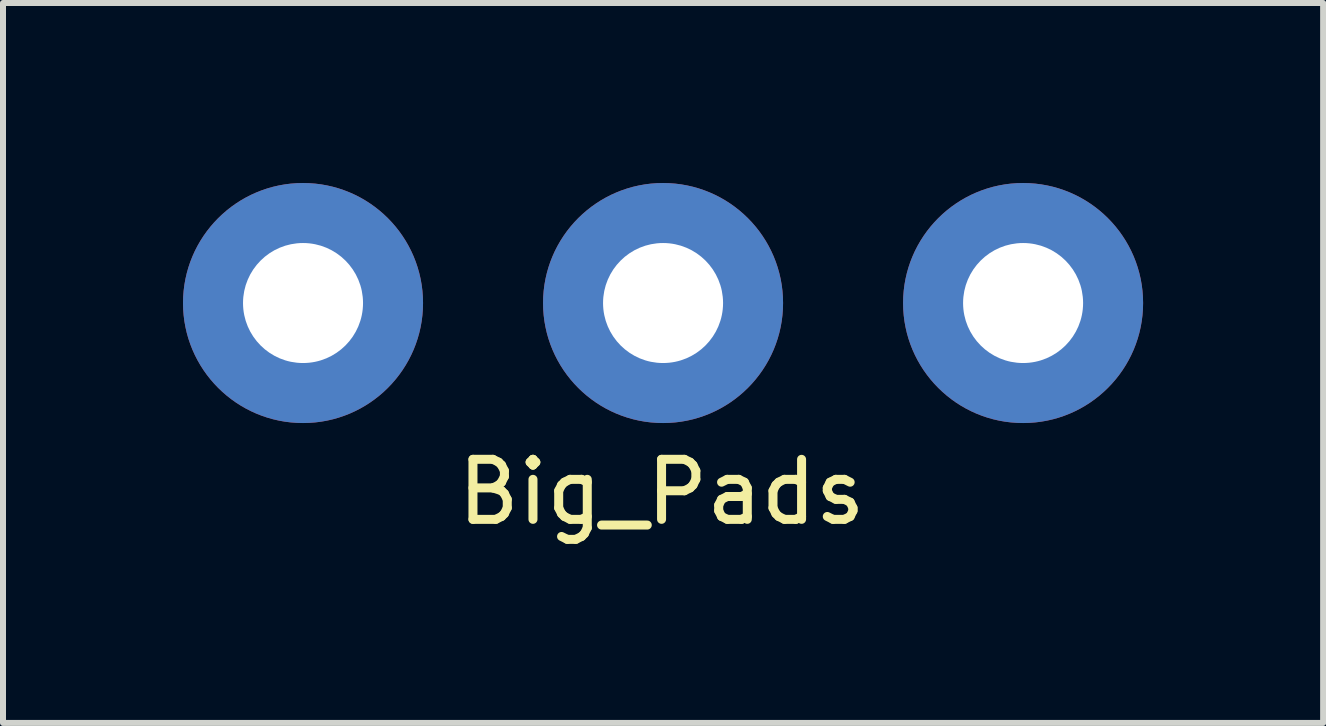
<source format=kicad_pcb>
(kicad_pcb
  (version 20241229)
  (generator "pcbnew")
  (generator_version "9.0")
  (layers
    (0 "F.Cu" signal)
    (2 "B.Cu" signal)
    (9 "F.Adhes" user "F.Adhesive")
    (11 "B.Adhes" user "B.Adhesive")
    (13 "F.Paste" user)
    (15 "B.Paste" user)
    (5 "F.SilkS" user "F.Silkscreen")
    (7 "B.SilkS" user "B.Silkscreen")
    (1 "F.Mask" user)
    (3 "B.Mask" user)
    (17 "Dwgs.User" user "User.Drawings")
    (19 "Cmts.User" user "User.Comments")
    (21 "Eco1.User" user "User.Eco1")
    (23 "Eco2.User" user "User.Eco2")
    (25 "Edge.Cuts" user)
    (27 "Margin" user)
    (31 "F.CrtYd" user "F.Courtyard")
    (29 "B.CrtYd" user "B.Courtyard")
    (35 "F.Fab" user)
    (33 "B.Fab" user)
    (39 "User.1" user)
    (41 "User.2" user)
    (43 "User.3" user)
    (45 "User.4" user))
  (footprint "Big_Pads"
    (layer "F.Cu")
    (at 8 2)
    (property "Reference" "Big_Pads" (at -0.025 3.15 0) (layer "F.SilkS") (effects (font (size 1 1) (thickness 0.15))))
    (attr through_hole)
    (pad "1" thru_hole circle (at -6 0) (size 4 4) (drill 2) (layers "*.Cu" "*.Mask"))
    (pad "2" thru_hole circle (at 0 0) (size 4 4) (drill 2) (layers "*.Cu" "*.Mask"))
    (pad "3" thru_hole circle (at 6 0) (size 4 4) (drill 2) (layers "*.Cu" "*.Mask")))
  (gr_rect
    (start -3 -3)
    (end 19 8.998)
    (stroke (width 0.1) (type default))
    (fill no)
    (layer "Edge.Cuts")))
</source>
